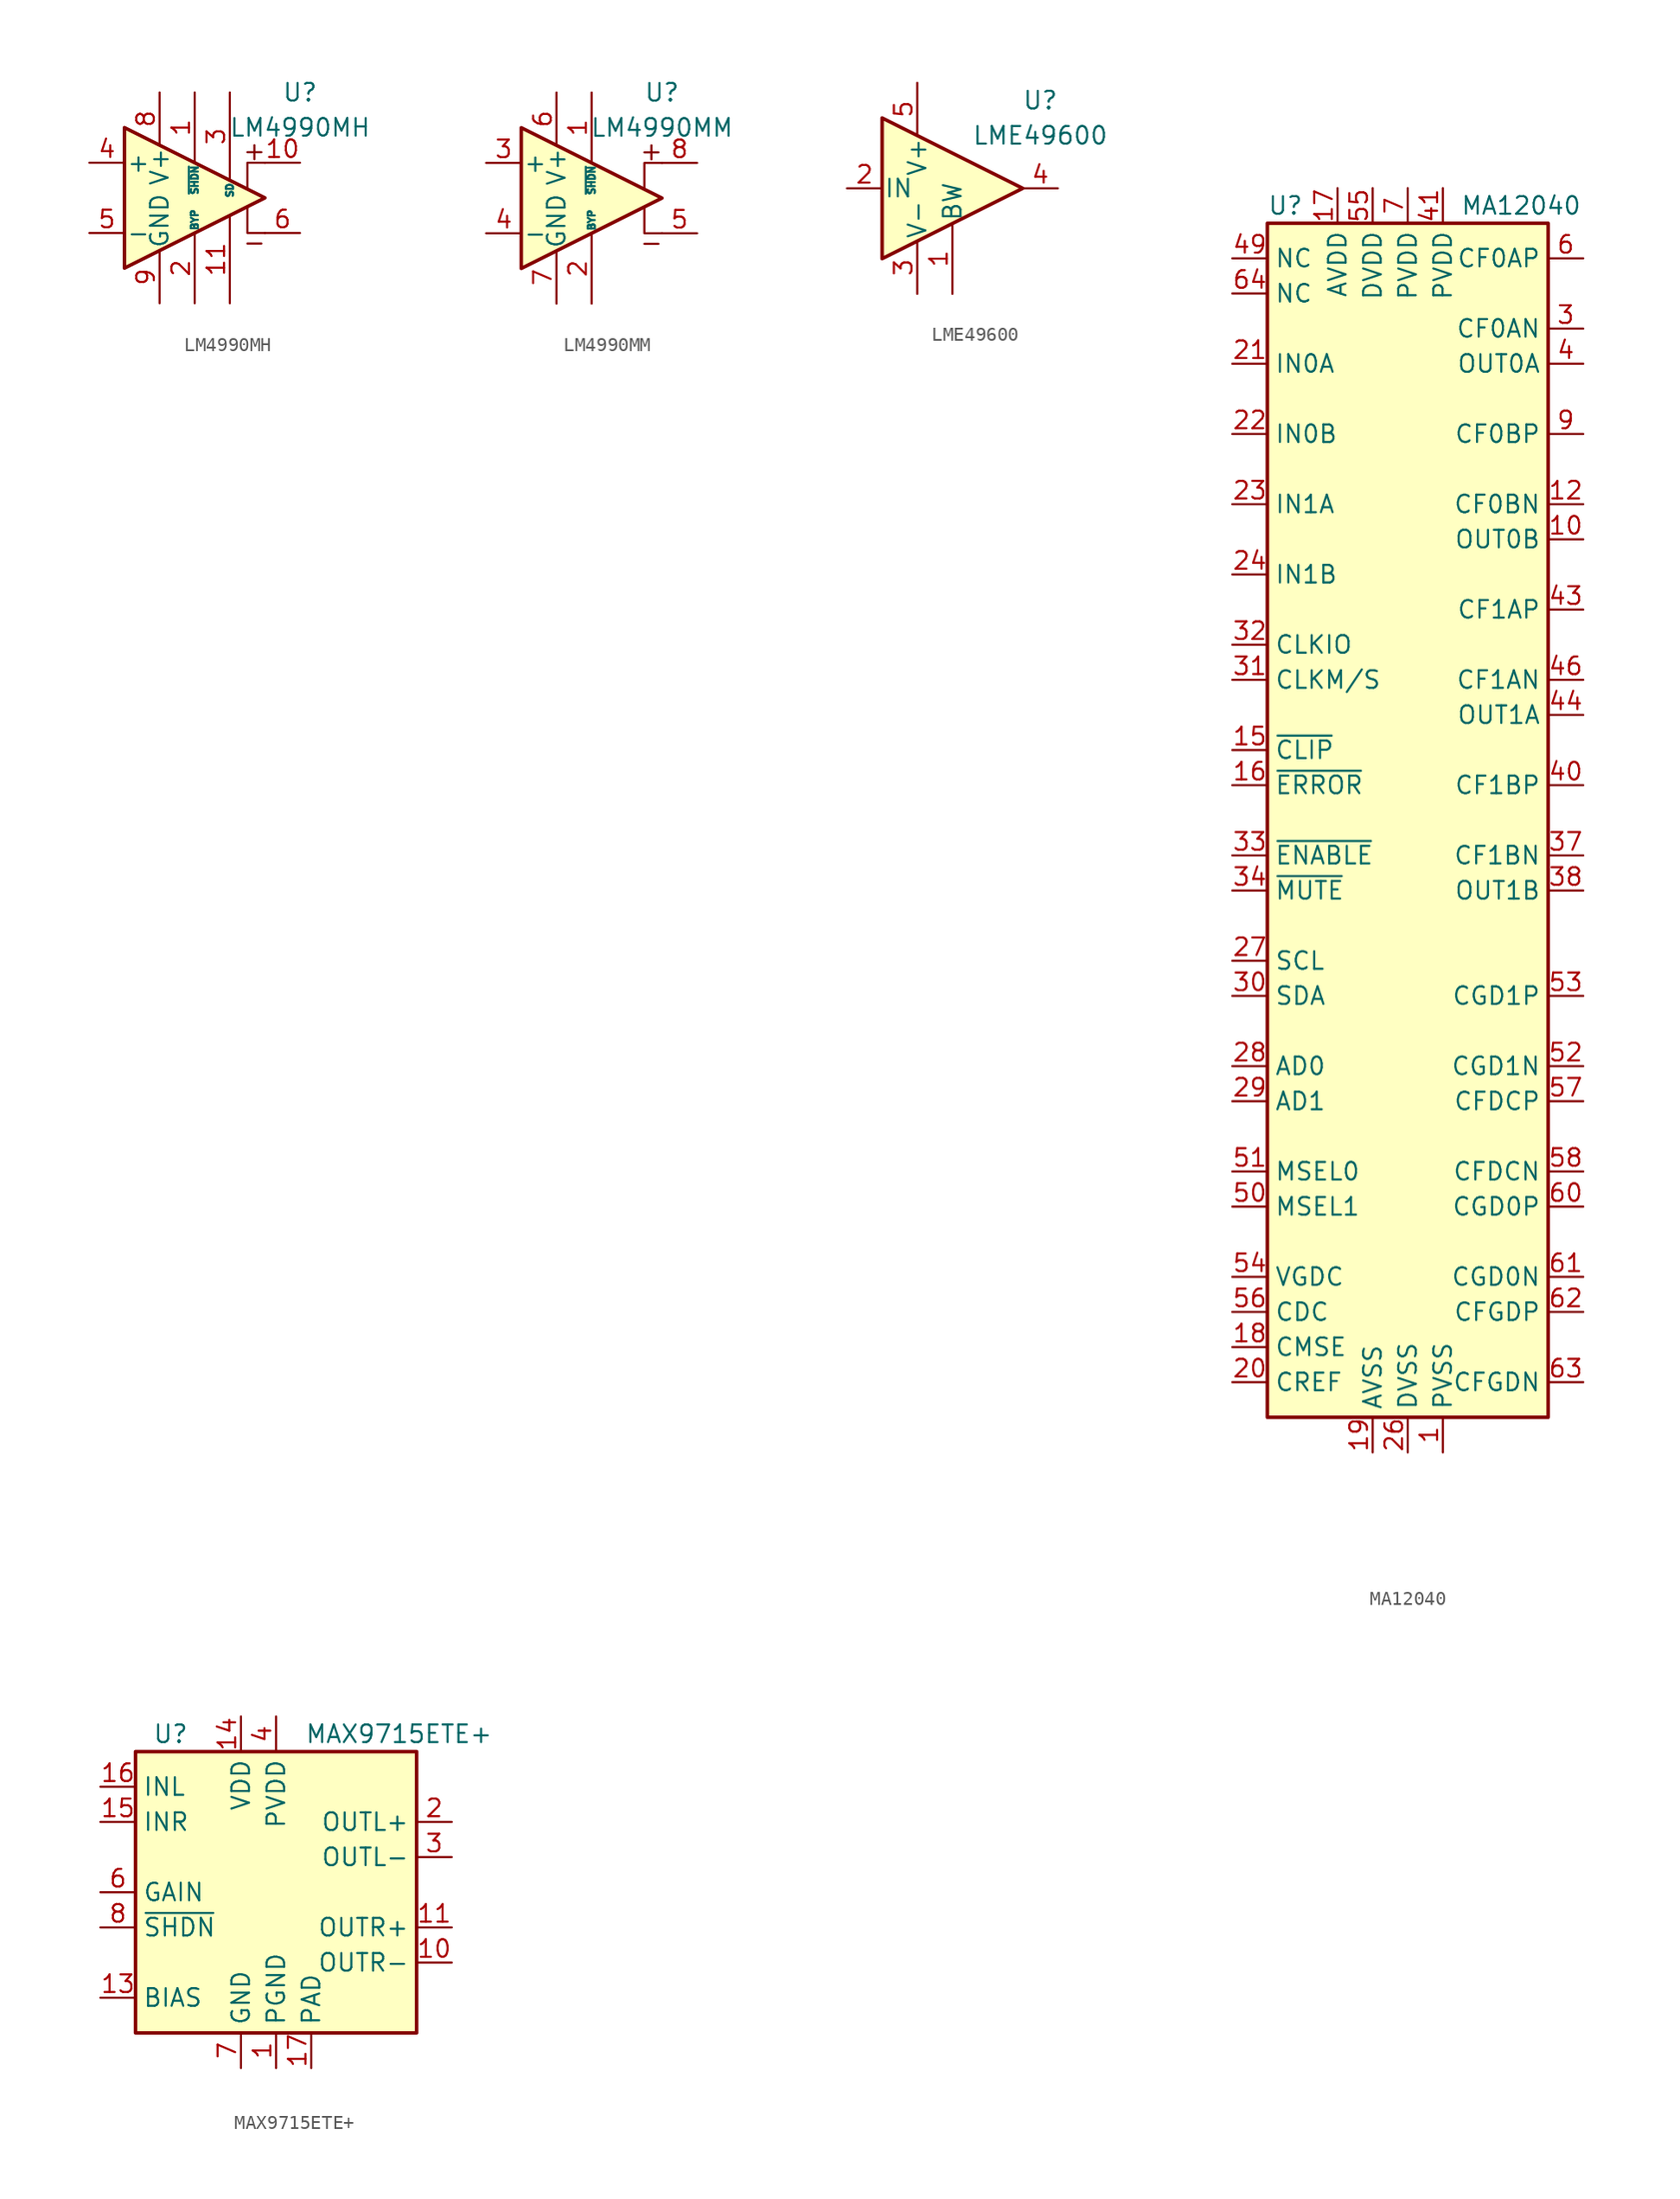
<source format=kicad_sym>
(kicad_symbol_lib
  (version 20241209)
  (generator "kicad_symbol_editor")
  (generator_version "9.0")
  (symbol "LM4990MH"
    (pin_names
      (offset 0.127))
    (property "Reference" "U"
      (at 7.62 7.62 0)
      (effects (font (size 1.27 1.27))))
    (property "Value" "LM4990MH"
      (at 7.62 5.08 0)
      (effects (font (size 1.27 1.27))))
    (symbol "LM4990MH_0_1"
      (polyline (pts (xy -5.08 5.08) (xy 5.08 0) (xy -5.08 -5.08) (xy -5.08 5.08)) (stroke (width 0.254) (type solid)) (fill (type background)))
      (polyline (pts (xy 3.81 -0.635) (xy 3.81 -2.54) (xy 5.08 -2.54)) (stroke (width 0) (type solid)) (fill (type none)))
      (polyline (pts (xy 5.08 2.54) (xy 3.81 2.54) (xy 3.81 0.635)) (stroke (width 0) (type solid)) (fill (type none))))
    (symbol "LM4990MH_1_1"
      (polyline (pts (xy 3.81 -3.302) (xy 4.826 -3.302)) (stroke (width 0) (type solid)) (fill (type none)))
      (polyline (pts (xy 4.318 3.81) (xy 4.318 2.794)) (stroke (width 0) (type solid)) (fill (type none)))
      (polyline (pts (xy 4.826 3.302) (xy 3.81 3.302)) (stroke (width 0) (type solid)) (fill (type none)))
      (pin input line (at -7.62 2.54 0) (length 2.54) (name "+" (effects (font (size 1.27 1.27)))) (number "4" (effects (font (size 1.27 1.27)))))
      (pin input line (at -7.62 -2.54 0) (length 2.54) (name "-" (effects (font (size 1.27 1.27)))) (number "5" (effects (font (size 1.27 1.27)))))
      (pin power_in line (at -2.54 7.62 270) (length 3.81) (name "V+" (effects (font (size 1.27 1.27)))) (number "8" (effects (font (size 1.27 1.27)))))
      (pin power_in line (at -2.54 -7.62 90) (length 3.81) (name "GND" (effects (font (size 1.27 1.27)))) (number "9" (effects (font (size 1.27 1.27)))))
      (pin output line (at 0 7.62 270) (length 5.08) (name "~{SHDN}" (effects (font (size 0.508 0.508)))) (number "1" (effects (font (size 1.27 1.27)))))
      (pin no_connect line (at 0 2.54 270) (length 2.54) (hide yes) (name "NC" (effects (font (size 1.27 1.27)))) (number "7" (effects (font (size 1.27 1.27)))))
      (pin input line (at 0 -7.62 90) (length 5.08) (name "BYP" (effects (font (size 0.508 0.508)))) (number "2" (effects (font (size 1.27 1.27)))))
      (pin input line (at 2.54 7.62 270) (length 6.35) (name "SD" (effects (font (size 0.508 0.508)))) (number "3" (effects (font (size 1.27 1.27)))))
      (pin power_in line (at 2.54 -7.62 90) (length 6.35) (name "~" (effects (font (size 1.27 1.27)))) (number "11" (effects (font (size 1.27 1.27)))))
      (pin output line (at 7.62 2.54 180) (length 2.54) (name "~" (effects (font (size 1.27 1.27)))) (number "10" (effects (font (size 1.27 1.27)))))
      (pin output line (at 7.62 -2.54 180) (length 2.54) (name "~" (effects (font (size 1.27 1.27)))) (number "6" (effects (font (size 1.27 1.27)))))))
  (symbol "LM4990MM"
    (pin_names
      (offset 0.127))
    (property "Reference" "U"
      (at 5.08 7.62 0)
      (effects (font (size 1.27 1.27))))
    (property "Value" "LM4990MM"
      (at 5.08 5.08 0)
      (effects (font (size 1.27 1.27))))
    (symbol "LM4990MM_0_1"
      (polyline (pts (xy -5.08 5.08) (xy 5.08 0) (xy -5.08 -5.08) (xy -5.08 5.08)) (stroke (width 0.254) (type solid)) (fill (type background)))
      (polyline (pts (xy 3.81 -0.635) (xy 3.81 -2.54) (xy 5.08 -2.54)) (stroke (width 0) (type solid)) (fill (type none)))
      (polyline (pts (xy 5.08 2.54) (xy 3.81 2.54) (xy 3.81 0.635)) (stroke (width 0) (type solid)) (fill (type none))))
    (symbol "LM4990MM_1_1"
      (polyline (pts (xy 3.81 -3.302) (xy 4.826 -3.302)) (stroke (width 0) (type solid)) (fill (type none)))
      (polyline (pts (xy 4.318 3.81) (xy 4.318 2.794)) (stroke (width 0) (type solid)) (fill (type none)))
      (polyline (pts (xy 4.826 3.302) (xy 3.81 3.302)) (stroke (width 0) (type solid)) (fill (type none)))
      (pin input line (at -7.62 2.54 0) (length 2.54) (name "+" (effects (font (size 1.27 1.27)))) (number "3" (effects (font (size 1.27 1.27)))))
      (pin input line (at -7.62 -2.54 0) (length 2.54) (name "-" (effects (font (size 1.27 1.27)))) (number "4" (effects (font (size 1.27 1.27)))))
      (pin power_in line (at -2.54 7.62 270) (length 3.81) (name "V+" (effects (font (size 1.27 1.27)))) (number "6" (effects (font (size 1.27 1.27)))))
      (pin power_in line (at -2.54 -7.62 90) (length 3.81) (name "GND" (effects (font (size 1.27 1.27)))) (number "7" (effects (font (size 1.27 1.27)))))
      (pin output line (at 0 7.62 270) (length 5.08) (name "~{SHDN}" (effects (font (size 0.508 0.508)))) (number "1" (effects (font (size 1.27 1.27)))))
      (pin input line (at 0 -7.62 90) (length 5.08) (name "BYP" (effects (font (size 0.508 0.508)))) (number "2" (effects (font (size 1.27 1.27)))))
      (pin output line (at 7.62 2.54 180) (length 2.54) (name "~" (effects (font (size 1.27 1.27)))) (number "8" (effects (font (size 1.27 1.27)))))
      (pin output line (at 7.62 -2.54 180) (length 2.54) (name "~" (effects (font (size 1.27 1.27)))) (number "5" (effects (font (size 1.27 1.27)))))))
  (symbol "LME49600"
    (pin_names
      (offset 0.127))
    (property "Reference" "U"
      (at 6.35 6.35 0)
      (effects (font (size 1.27 1.27))))
    (property "Value" "LME49600"
      (at 6.35 3.81 0)
      (effects (font (size 1.27 1.27))))
    (symbol "LME49600_0_1"
      (polyline (pts (xy -5.08 5.08) (xy 5.08 0) (xy -5.08 -5.08) (xy -5.08 5.08)) (stroke (width 0.254) (type solid)) (fill (type background))))
    (symbol "LME49600_1_1"
      (pin input line (at -7.62 0 0) (length 2.54) (name "IN" (effects (font (size 1.27 1.27)))) (number "2" (effects (font (size 1.27 1.27)))))
      (pin power_in line (at -2.54 7.62 270) (length 3.81) (name "V+" (effects (font (size 1.27 1.27)))) (number "5" (effects (font (size 1.27 1.27)))))
      (pin power_in line (at -2.54 -7.62 90) (length 3.81) (name "V-" (effects (font (size 1.27 1.27)))) (number "3" (effects (font (size 1.27 1.27)))))
      (pin passive line (at 0 -7.62 90) (length 5.08) (name "BW" (effects (font (size 1.27 1.27)))) (number "1" (effects (font (size 1.27 1.27)))))
      (pin output line (at 7.62 0 180) (length 2.54) (name "~" (effects (font (size 1.27 1.27)))) (number "4" (effects (font (size 1.27 1.27)))))))
  (symbol "MA12040"
    (property "Reference" "U"
      (at -10.16 44.45 0)
      (effects (font (size 1.27 1.27)) (justify left)))
    (property "Value" "MA12040"
      (at 3.81 44.45 0)
      (effects (font (size 1.27 1.27)) (justify left)))
    (symbol "MA12040_0_1"
      (rectangle (start -10.16 -43.18) (end 10.16 43.18) (stroke (width 0.254) (type solid)) (fill (type background))))
    (symbol "MA12040_1_1"
      (pin passive line (at -12.7 40.64 0) (length 2.54) (name "NC" (effects (font (size 1.27 1.27)))) (number "49" (effects (font (size 1.27 1.27)))))
      (pin passive line (at -12.7 38.1 0) (length 2.54) (name "NC" (effects (font (size 1.27 1.27)))) (number "64" (effects (font (size 1.27 1.27)))))
      (pin input line (at -12.7 33.02 0) (length 2.54) (name "IN0A" (effects (font (size 1.27 1.27)))) (number "21" (effects (font (size 1.27 1.27)))))
      (pin input line (at -12.7 27.94 0) (length 2.54) (name "IN0B" (effects (font (size 1.27 1.27)))) (number "22" (effects (font (size 1.27 1.27)))))
      (pin input line (at -12.7 22.86 0) (length 2.54) (name "IN1A" (effects (font (size 1.27 1.27)))) (number "23" (effects (font (size 1.27 1.27)))))
      (pin input line (at -12.7 17.78 0) (length 2.54) (name "IN1B" (effects (font (size 1.27 1.27)))) (number "24" (effects (font (size 1.27 1.27)))))
      (pin bidirectional line (at -12.7 12.7 0) (length 2.54) (name "CLKIO" (effects (font (size 1.27 1.27)))) (number "32" (effects (font (size 1.27 1.27)))))
      (pin input line (at -12.7 10.16 0) (length 2.54) (name "CLKM/S" (effects (font (size 1.27 1.27)))) (number "31" (effects (font (size 1.27 1.27)))))
      (pin output line (at -12.7 5.08 0) (length 2.54) (name "~{CLIP}" (effects (font (size 1.27 1.27)))) (number "15" (effects (font (size 1.27 1.27)))))
      (pin output line (at -12.7 2.54 0) (length 2.54) (name "~{ERROR}" (effects (font (size 1.27 1.27)))) (number "16" (effects (font (size 1.27 1.27)))))
      (pin input line (at -12.7 -2.54 0) (length 2.54) (name "~{ENABLE}" (effects (font (size 1.27 1.27)))) (number "33" (effects (font (size 1.27 1.27)))))
      (pin input line (at -12.7 -5.08 0) (length 2.54) (name "~{MUTE}" (effects (font (size 1.27 1.27)))) (number "34" (effects (font (size 1.27 1.27)))))
      (pin input line (at -12.7 -10.16 0) (length 2.54) (name "SCL" (effects (font (size 1.27 1.27)))) (number "27" (effects (font (size 1.27 1.27)))))
      (pin bidirectional line (at -12.7 -12.7 0) (length 2.54) (name "SDA" (effects (font (size 1.27 1.27)))) (number "30" (effects (font (size 1.27 1.27)))))
      (pin input line (at -12.7 -17.78 0) (length 2.54) (name "AD0" (effects (font (size 1.27 1.27)))) (number "28" (effects (font (size 1.27 1.27)))))
      (pin input line (at -12.7 -20.32 0) (length 2.54) (name "AD1" (effects (font (size 1.27 1.27)))) (number "29" (effects (font (size 1.27 1.27)))))
      (pin input line (at -12.7 -25.4 0) (length 2.54) (name "MSEL0" (effects (font (size 1.27 1.27)))) (number "51" (effects (font (size 1.27 1.27)))))
      (pin input line (at -12.7 -27.94 0) (length 2.54) (name "MSEL1" (effects (font (size 1.27 1.27)))) (number "50" (effects (font (size 1.27 1.27)))))
      (pin passive line (at -12.7 -33.02 0) (length 2.54) (name "VGDC" (effects (font (size 1.27 1.27)))) (number "54" (effects (font (size 1.27 1.27)))))
      (pin passive line (at -12.7 -35.56 0) (length 2.54) (name "CDC" (effects (font (size 1.27 1.27)))) (number "56" (effects (font (size 1.27 1.27)))))
      (pin passive line (at -12.7 -38.1 0) (length 2.54) (name "CMSE" (effects (font (size 1.27 1.27)))) (number "18" (effects (font (size 1.27 1.27)))))
      (pin passive line (at -12.7 -40.64 0) (length 2.54) (name "CREF" (effects (font (size 1.27 1.27)))) (number "20" (effects (font (size 1.27 1.27)))))
      (pin power_in line (at -5.08 45.72 270) (length 2.54) (name "AVDD" (effects (font (size 1.27 1.27)))) (number "17" (effects (font (size 1.27 1.27)))))
      (pin power_in line (at -2.54 45.72 270) (length 2.54) (name "DVDD" (effects (font (size 1.27 1.27)))) (number "55" (effects (font (size 1.27 1.27)))))
      (pin power_in line (at -2.54 -45.72 90) (length 2.54) (name "AVSS" (effects (font (size 1.27 1.27)))) (number "19" (effects (font (size 1.27 1.27)))))
      (pin passive line (at -2.54 -45.72 90) (length 2.54) (hide yes) (name "AVSS" (effects (font (size 1.27 1.27)))) (number "25" (effects (font (size 1.27 1.27)))))
      (pin power_in line (at 0 45.72 270) (length 2.54) (name "PVDD" (effects (font (size 1.27 1.27)))) (number "7" (effects (font (size 1.27 1.27)))))
      (pin passive line (at 0 45.72 270) (length 2.54) (hide yes) (name "PVDD" (effects (font (size 1.27 1.27)))) (number "8" (effects (font (size 1.27 1.27)))))
      (pin power_in line (at 0 -45.72 90) (length 2.54) (name "DVSS" (effects (font (size 1.27 1.27)))) (number "26" (effects (font (size 1.27 1.27)))))
      (pin passive line (at 0 -45.72 90) (length 2.54) (hide yes) (name "DVSS" (effects (font (size 1.27 1.27)))) (number "59" (effects (font (size 1.27 1.27)))))
      (pin power_in line (at 2.54 45.72 270) (length 2.54) (name "PVDD" (effects (font (size 1.27 1.27)))) (number "41" (effects (font (size 1.27 1.27)))))
      (pin passive line (at 2.54 45.72 270) (length 2.54) (hide yes) (name "PVDD" (effects (font (size 1.27 1.27)))) (number "42" (effects (font (size 1.27 1.27)))))
      (pin power_in line (at 2.54 -45.72 90) (length 2.54) (name "PVSS" (effects (font (size 1.27 1.27)))) (number "1" (effects (font (size 1.27 1.27)))))
      (pin passive line (at 2.54 -45.72 90) (length 2.54) (hide yes) (name "PVSS" (effects (font (size 1.27 1.27)))) (number "13" (effects (font (size 1.27 1.27)))))
      (pin passive line (at 2.54 -45.72 90) (length 2.54) (hide yes) (name "PVSS" (effects (font (size 1.27 1.27)))) (number "14" (effects (font (size 1.27 1.27)))))
      (pin passive line (at 2.54 -45.72 90) (length 2.54) (hide yes) (name "PVSS" (effects (font (size 1.27 1.27)))) (number "2" (effects (font (size 1.27 1.27)))))
      (pin passive line (at 2.54 -45.72 90) (length 2.54) (hide yes) (name "PVSS" (effects (font (size 1.27 1.27)))) (number "35" (effects (font (size 1.27 1.27)))))
      (pin passive line (at 2.54 -45.72 90) (length 2.54) (hide yes) (name "PVSS" (effects (font (size 1.27 1.27)))) (number "36" (effects (font (size 1.27 1.27)))))
      (pin passive line (at 2.54 -45.72 90) (length 2.54) (hide yes) (name "PVSS" (effects (font (size 1.27 1.27)))) (number "47" (effects (font (size 1.27 1.27)))))
      (pin passive line (at 2.54 -45.72 90) (length 2.54) (hide yes) (name "PVSS" (effects (font (size 1.27 1.27)))) (number "48" (effects (font (size 1.27 1.27)))))
      (pin passive line (at 12.7 40.64 180) (length 2.54) (name "CF0AP" (effects (font (size 1.27 1.27)))) (number "6" (effects (font (size 1.27 1.27)))))
      (pin passive line (at 12.7 35.56 180) (length 2.54) (name "CF0AN" (effects (font (size 1.27 1.27)))) (number "3" (effects (font (size 1.27 1.27)))))
      (pin output line (at 12.7 33.02 180) (length 2.54) (name "OUT0A" (effects (font (size 1.27 1.27)))) (number "4" (effects (font (size 1.27 1.27)))))
      (pin passive line (at 12.7 33.02 180) (length 2.54) (hide yes) (name "OUT0A" (effects (font (size 1.27 1.27)))) (number "5" (effects (font (size 1.27 1.27)))))
      (pin passive line (at 12.7 27.94 180) (length 2.54) (name "CF0BP" (effects (font (size 1.27 1.27)))) (number "9" (effects (font (size 1.27 1.27)))))
      (pin passive line (at 12.7 22.86 180) (length 2.54) (name "CF0BN" (effects (font (size 1.27 1.27)))) (number "12" (effects (font (size 1.27 1.27)))))
      (pin output line (at 12.7 20.32 180) (length 2.54) (name "OUT0B" (effects (font (size 1.27 1.27)))) (number "10" (effects (font (size 1.27 1.27)))))
      (pin passive line (at 12.7 20.32 180) (length 2.54) (hide yes) (name "OUT0B" (effects (font (size 1.27 1.27)))) (number "11" (effects (font (size 1.27 1.27)))))
      (pin passive line (at 12.7 15.24 180) (length 2.54) (name "CF1AP" (effects (font (size 1.27 1.27)))) (number "43" (effects (font (size 1.27 1.27)))))
      (pin passive line (at 12.7 10.16 180) (length 2.54) (name "CF1AN" (effects (font (size 1.27 1.27)))) (number "46" (effects (font (size 1.27 1.27)))))
      (pin output line (at 12.7 7.62 180) (length 2.54) (name "OUT1A" (effects (font (size 1.27 1.27)))) (number "44" (effects (font (size 1.27 1.27)))))
      (pin passive line (at 12.7 7.62 180) (length 2.54) (hide yes) (name "OUT1A" (effects (font (size 1.27 1.27)))) (number "45" (effects (font (size 1.27 1.27)))))
      (pin passive line (at 12.7 2.54 180) (length 2.54) (name "CF1BP" (effects (font (size 1.27 1.27)))) (number "40" (effects (font (size 1.27 1.27)))))
      (pin passive line (at 12.7 -2.54 180) (length 2.54) (name "CF1BN" (effects (font (size 1.27 1.27)))) (number "37" (effects (font (size 1.27 1.27)))))
      (pin output line (at 12.7 -5.08 180) (length 2.54) (name "OUT1B" (effects (font (size 1.27 1.27)))) (number "38" (effects (font (size 1.27 1.27)))))
      (pin passive line (at 12.7 -5.08 180) (length 2.54) (hide yes) (name "OUT1B" (effects (font (size 1.27 1.27)))) (number "39" (effects (font (size 1.27 1.27)))))
      (pin passive line (at 12.7 -12.7 180) (length 2.54) (name "CGD1P" (effects (font (size 1.27 1.27)))) (number "53" (effects (font (size 1.27 1.27)))))
      (pin passive line (at 12.7 -17.78 180) (length 2.54) (name "CGD1N" (effects (font (size 1.27 1.27)))) (number "52" (effects (font (size 1.27 1.27)))))
      (pin passive line (at 12.7 -20.32 180) (length 2.54) (name "CFDCP" (effects (font (size 1.27 1.27)))) (number "57" (effects (font (size 1.27 1.27)))))
      (pin passive line (at 12.7 -25.4 180) (length 2.54) (name "CFDCN" (effects (font (size 1.27 1.27)))) (number "58" (effects (font (size 1.27 1.27)))))
      (pin passive line (at 12.7 -27.94 180) (length 2.54) (name "CGD0P" (effects (font (size 1.27 1.27)))) (number "60" (effects (font (size 1.27 1.27)))))
      (pin passive line (at 12.7 -33.02 180) (length 2.54) (name "CGD0N" (effects (font (size 1.27 1.27)))) (number "61" (effects (font (size 1.27 1.27)))))
      (pin passive line (at 12.7 -35.56 180) (length 2.54) (name "CFGDP" (effects (font (size 1.27 1.27)))) (number "62" (effects (font (size 1.27 1.27)))))
      (pin passive line (at 12.7 -40.64 180) (length 2.54) (name "CFGDN" (effects (font (size 1.27 1.27)))) (number "63" (effects (font (size 1.27 1.27)))))))
  (symbol "MAX9715ETE+"
    (property "Reference" "U"
      (at -7.62 11.43 0)
      (effects (font (size 1.27 1.27))))
    (property "Value" "MAX9715ETE+"
      (at 8.89 11.43 0)
      (effects (font (size 1.27 1.27))))
    (symbol "MAX9715ETE+_0_1"
      (rectangle (start -10.16 10.16) (end 10.16 -10.16) (stroke (width 0.254) (type solid)) (fill (type background))))
    (symbol "MAX9715ETE+_1_1"
      (pin input line (at -12.7 7.62 0) (length 2.54) (name "INL" (effects (font (size 1.27 1.27)))) (number "16" (effects (font (size 1.27 1.27)))))
      (pin input line (at -12.7 5.08 0) (length 2.54) (name "INR" (effects (font (size 1.27 1.27)))) (number "15" (effects (font (size 1.27 1.27)))))
      (pin input line (at -12.7 0 0) (length 2.54) (name "GAIN" (effects (font (size 1.27 1.27)))) (number "6" (effects (font (size 1.27 1.27)))))
      (pin input line (at -12.7 -2.54 0) (length 2.54) (name "~{SHDN}" (effects (font (size 1.27 1.27)))) (number "8" (effects (font (size 1.27 1.27)))))
      (pin passive line (at -12.7 -7.62 0) (length 2.54) (name "BIAS" (effects (font (size 1.27 1.27)))) (number "13" (effects (font (size 1.27 1.27)))))
      (pin power_in line (at -2.54 12.7 270) (length 2.54) (name "VDD" (effects (font (size 1.27 1.27)))) (number "14" (effects (font (size 1.27 1.27)))))
      (pin power_in line (at -2.54 -12.7 90) (length 2.54) (name "GND" (effects (font (size 1.27 1.27)))) (number "7" (effects (font (size 1.27 1.27)))))
      (pin power_in line (at 0 12.7 270) (length 2.54) (name "PVDD" (effects (font (size 1.27 1.27)))) (number "4" (effects (font (size 1.27 1.27)))))
      (pin passive line (at 0 12.7 270) (length 2.54) (hide yes) (name "PVDD" (effects (font (size 1.27 1.27)))) (number "9" (effects (font (size 1.27 1.27)))))
      (pin power_in line (at 0 -12.7 90) (length 2.54) (name "PGND" (effects (font (size 1.27 1.27)))) (number "1" (effects (font (size 1.27 1.27)))))
      (pin passive line (at 0 -12.7 90) (length 2.54) (hide yes) (name "PGND" (effects (font (size 1.27 1.27)))) (number "12" (effects (font (size 1.27 1.27)))))
      (pin passive line (at 2.54 -12.7 90) (length 2.54) (name "PAD" (effects (font (size 1.27 1.27)))) (number "17" (effects (font (size 1.27 1.27)))))
      (pin output line (at 12.7 5.08 180) (length 2.54) (name "OUTL+" (effects (font (size 1.27 1.27)))) (number "2" (effects (font (size 1.27 1.27)))))
      (pin output line (at 12.7 2.54 180) (length 2.54) (name "OUTL-" (effects (font (size 1.27 1.27)))) (number "3" (effects (font (size 1.27 1.27)))))
      (pin no_connect line (at 12.7 0 180) (length 2.54) (hide yes) (name "NC" (effects (font (size 1.27 1.27)))) (number "5" (effects (font (size 1.27 1.27)))))
      (pin output line (at 12.7 -2.54 180) (length 2.54) (name "OUTR+" (effects (font (size 1.27 1.27)))) (number "11" (effects (font (size 1.27 1.27)))))
      (pin output line (at 12.7 -5.08 180) (length 2.54) (name "OUTR-" (effects (font (size 1.27 1.27)))) (number "10" (effects (font (size 1.27 1.27))))))))
</source>
